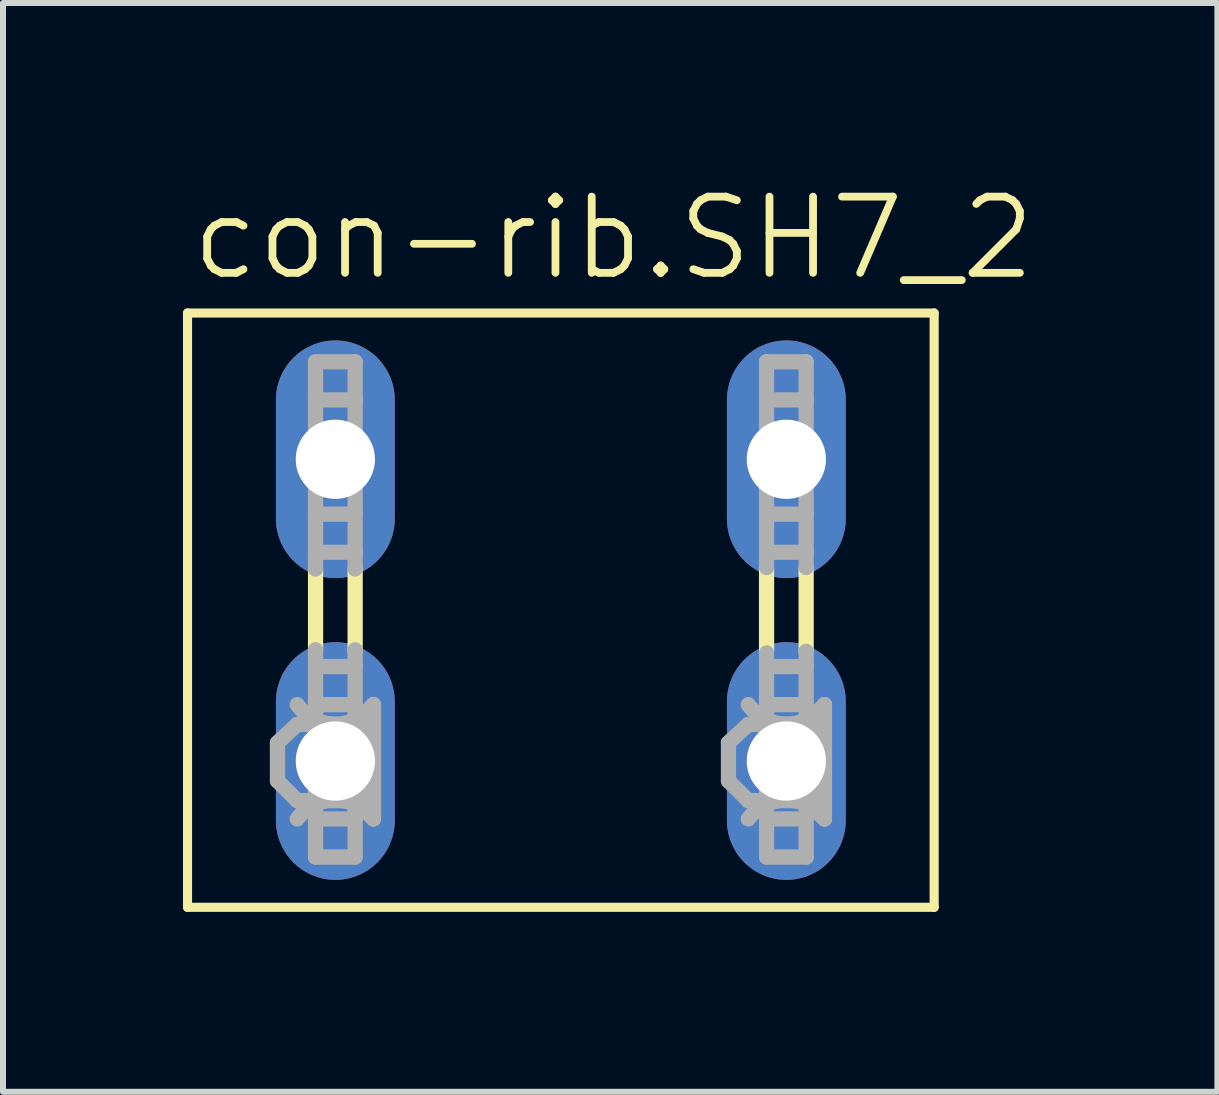
<source format=kicad_pcb>
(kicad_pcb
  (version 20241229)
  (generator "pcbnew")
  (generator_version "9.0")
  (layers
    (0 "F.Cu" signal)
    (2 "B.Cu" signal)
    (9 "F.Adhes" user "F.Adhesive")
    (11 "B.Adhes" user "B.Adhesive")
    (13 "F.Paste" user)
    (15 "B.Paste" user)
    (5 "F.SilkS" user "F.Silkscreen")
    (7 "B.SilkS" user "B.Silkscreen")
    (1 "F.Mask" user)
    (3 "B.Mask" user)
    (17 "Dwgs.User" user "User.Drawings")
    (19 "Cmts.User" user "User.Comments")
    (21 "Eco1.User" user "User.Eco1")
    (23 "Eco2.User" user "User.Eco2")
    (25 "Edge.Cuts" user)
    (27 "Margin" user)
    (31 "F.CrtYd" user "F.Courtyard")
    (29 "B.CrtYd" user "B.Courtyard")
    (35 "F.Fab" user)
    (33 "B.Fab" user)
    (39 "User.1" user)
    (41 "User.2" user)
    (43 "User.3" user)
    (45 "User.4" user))
  (footprint "con-rib.SH7_2"
    (layer "F.Cu")
    (at 6.299 7.121)
    (property "Reference" "con-rib.SH7_2" (at -6.223 -5.461 0) (layer "F.SilkS") (effects (font (size 1.27 1.27) (thickness 0.13)) (justify left bottom)))
    (attr through_hole)
    (fp_line (start -6.223 -4.953) (end -6.223 4.953) (stroke (width 0.152) (type default)) (layer "F.SilkS"))
    (fp_line (start -6.223 -4.953) (end 6.223 -4.953) (stroke (width 0.152) (type default)) (layer "F.SilkS"))
    (fp_line (start -4.089 0.686) (end -4.089 -0.686) (stroke (width 0.254) (type default)) (layer "F.SilkS"))
    (fp_line (start -3.429 0.686) (end -3.429 -0.686) (stroke (width 0.254) (type default)) (layer "F.SilkS"))
    (fp_line (start 3.429 0.686) (end 3.429 -0.686) (stroke (width 0.254) (type default)) (layer "F.SilkS"))
    (fp_line (start 4.089 0.686) (end 4.089 -0.686) (stroke (width 0.254) (type default)) (layer "F.SilkS"))
    (fp_line (start 6.223 4.953) (end -6.223 4.953) (stroke (width 0.152) (type default)) (layer "F.SilkS"))
    (fp_line (start 6.223 4.953) (end 6.223 -4.953) (stroke (width 0.152) (type default)) (layer "F.SilkS"))
    (fp_line (start -4.724 2.21) (end -4.394 1.905) (stroke (width 0.254) (type default)) (layer "F.Fab"))
    (fp_line (start -4.724 2.845) (end -4.724 2.21) (stroke (width 0.254) (type default)) (layer "F.Fab"))
    (fp_line (start -4.724 2.845) (end -4.394 3.175) (stroke (width 0.254) (type default)) (layer "F.Fab"))
    (fp_line (start -4.089 -4.14) (end -3.429 -4.14) (stroke (width 0.254) (type default)) (layer "F.Fab"))
    (fp_line (start -4.089 -3.505) (end -4.089 -4.14) (stroke (width 0.254) (type default)) (layer "F.Fab"))
    (fp_line (start -4.089 -3.505) (end -4.089 -1.6) (stroke (width 0.254) (type default)) (layer "F.Fab"))
    (fp_line (start -4.089 -1.6) (end -4.089 -0.965) (stroke (width 0.254) (type default)) (layer "F.Fab"))
    (fp_line (start -4.089 -1.6) (end -3.429 -1.6) (stroke (width 0.254) (type default)) (layer "F.Fab"))
    (fp_line (start -4.089 -0.965) (end -3.429 -0.965) (stroke (width 0.254) (type default)) (layer "F.Fab"))
    (fp_line (start -4.089 -0.686) (end -4.089 -0.965) (stroke (width 0.254) (type default)) (layer "F.Fab"))
    (fp_line (start -4.089 0.94) (end -4.089 0.66) (stroke (width 0.254) (type default)) (layer "F.Fab"))
    (fp_line (start -4.089 0.94) (end -3.429 0.94) (stroke (width 0.254) (type default)) (layer "F.Fab"))
    (fp_line (start -4.089 1.575) (end -4.089 0.94) (stroke (width 0.254) (type default)) (layer "F.Fab"))
    (fp_line (start -4.089 1.575) (end -4.089 3.48) (stroke (width 0.254) (type default)) (layer "F.Fab"))
    (fp_line (start -4.089 3.48) (end -4.089 4.115) (stroke (width 0.254) (type default)) (layer "F.Fab"))
    (fp_line (start -4.089 3.48) (end -3.429 3.48) (stroke (width 0.254) (type default)) (layer "F.Fab"))
    (fp_line (start -4.089 4.115) (end -3.429 4.115) (stroke (width 0.254) (type default)) (layer "F.Fab"))
    (fp_line (start -3.429 -4.14) (end -3.429 -3.505) (stroke (width 0.254) (type default)) (layer "F.Fab"))
    (fp_line (start -3.429 -3.505) (end -4.089 -3.505) (stroke (width 0.254) (type default)) (layer "F.Fab"))
    (fp_line (start -3.429 -1.6) (end -3.429 -3.505) (stroke (width 0.254) (type default)) (layer "F.Fab"))
    (fp_line (start -3.429 -0.965) (end -3.429 -1.6) (stroke (width 0.254) (type default)) (layer "F.Fab"))
    (fp_line (start -3.429 -0.686) (end -3.429 -0.965) (stroke (width 0.254) (type default)) (layer "F.Fab"))
    (fp_line (start -3.429 0.94) (end -3.429 0.66) (stroke (width 0.254) (type default)) (layer "F.Fab"))
    (fp_line (start -3.429 0.94) (end -3.429 1.575) (stroke (width 0.254) (type default)) (layer "F.Fab"))
    (fp_line (start -3.429 1.575) (end -4.089 1.575) (stroke (width 0.254) (type default)) (layer "F.Fab"))
    (fp_line (start -3.429 1.905) (end -4.394 1.905) (stroke (width 0.254) (type default)) (layer "F.Fab"))
    (fp_line (start -3.429 1.905) (end -3.429 1.575) (stroke (width 0.254) (type default)) (layer "F.Fab"))
    (fp_line (start -3.429 1.905) (end -3.124 1.575) (stroke (width 0.254) (type default)) (layer "F.Fab"))
    (fp_line (start -3.429 1.905) (end -3.124 2.21) (stroke (width 0.254) (type default)) (layer "F.Fab"))
    (fp_line (start -3.429 3.175) (end -4.394 3.175) (stroke (width 0.254) (type default)) (layer "F.Fab"))
    (fp_line (start -3.429 3.175) (end -3.429 1.905) (stroke (width 0.254) (type default)) (layer "F.Fab"))
    (fp_line (start -3.429 3.175) (end -3.124 2.845) (stroke (width 0.254) (type default)) (layer "F.Fab"))
    (fp_line (start -3.429 3.175) (end -3.124 3.48) (stroke (width 0.254) (type default)) (layer "F.Fab"))
    (fp_line (start -3.429 3.48) (end -3.429 3.175) (stroke (width 0.254) (type default)) (layer "F.Fab"))
    (fp_line (start -3.429 4.115) (end -3.429 3.48) (stroke (width 0.254) (type default)) (layer "F.Fab"))
    (fp_line (start -3.124 1.905) (end -3.429 1.905) (stroke (width 0.254) (type default)) (layer "F.Fab"))
    (fp_line (start -3.124 1.905) (end -3.124 1.575) (stroke (width 0.254) (type default)) (layer "F.Fab"))
    (fp_line (start -3.124 2.21) (end -3.124 1.905) (stroke (width 0.254) (type default)) (layer "F.Fab"))
    (fp_line (start -3.124 2.845) (end -3.124 2.21) (stroke (width 0.254) (type default)) (layer "F.Fab"))
    (fp_line (start -3.124 3.175) (end -3.429 3.175) (stroke (width 0.254) (type default)) (layer "F.Fab"))
    (fp_line (start -3.124 3.175) (end -3.124 2.845) (stroke (width 0.254) (type default)) (layer "F.Fab"))
    (fp_line (start -3.124 3.48) (end -3.124 3.175) (stroke (width 0.254) (type default)) (layer "F.Fab"))
    (fp_line (start 2.794 2.21) (end 3.124 1.905) (stroke (width 0.254) (type default)) (layer "F.Fab"))
    (fp_line (start 2.794 2.845) (end 2.794 2.21) (stroke (width 0.254) (type default)) (layer "F.Fab"))
    (fp_line (start 2.794 2.845) (end 3.124 3.175) (stroke (width 0.254) (type default)) (layer "F.Fab"))
    (fp_line (start 3.429 -4.14) (end 4.089 -4.14) (stroke (width 0.254) (type default)) (layer "F.Fab"))
    (fp_line (start 3.429 -3.505) (end 3.429 -4.14) (stroke (width 0.254) (type default)) (layer "F.Fab"))
    (fp_line (start 3.429 -3.505) (end 3.429 -1.6) (stroke (width 0.254) (type default)) (layer "F.Fab"))
    (fp_line (start 3.429 -1.6) (end 3.429 -0.965) (stroke (width 0.254) (type default)) (layer "F.Fab"))
    (fp_line (start 3.429 -1.6) (end 4.089 -1.6) (stroke (width 0.254) (type default)) (layer "F.Fab"))
    (fp_line (start 3.429 -0.965) (end 4.089 -0.965) (stroke (width 0.254) (type default)) (layer "F.Fab"))
    (fp_line (start 3.429 -0.711) (end 3.429 -0.965) (stroke (width 0.254) (type default)) (layer "F.Fab"))
    (fp_line (start 3.429 0.94) (end 3.429 0.711) (stroke (width 0.254) (type default)) (layer "F.Fab"))
    (fp_line (start 3.429 0.94) (end 4.089 0.94) (stroke (width 0.254) (type default)) (layer "F.Fab"))
    (fp_line (start 3.429 1.575) (end 3.429 0.94) (stroke (width 0.254) (type default)) (layer "F.Fab"))
    (fp_line (start 3.429 1.575) (end 3.429 3.48) (stroke (width 0.254) (type default)) (layer "F.Fab"))
    (fp_line (start 3.429 3.48) (end 3.429 4.115) (stroke (width 0.254) (type default)) (layer "F.Fab"))
    (fp_line (start 3.429 3.48) (end 4.089 3.48) (stroke (width 0.254) (type default)) (layer "F.Fab"))
    (fp_line (start 3.429 4.115) (end 4.089 4.115) (stroke (width 0.254) (type default)) (layer "F.Fab"))
    (fp_line (start 4.089 -4.14) (end 4.089 -3.505) (stroke (width 0.254) (type default)) (layer "F.Fab"))
    (fp_line (start 4.089 -3.505) (end 3.429 -3.505) (stroke (width 0.254) (type default)) (layer "F.Fab"))
    (fp_line (start 4.089 -1.6) (end 4.089 -3.505) (stroke (width 0.254) (type default)) (layer "F.Fab"))
    (fp_line (start 4.089 -0.965) (end 4.089 -1.6) (stroke (width 0.254) (type default)) (layer "F.Fab"))
    (fp_line (start 4.089 -0.711) (end 4.089 -0.965) (stroke (width 0.254) (type default)) (layer "F.Fab"))
    (fp_line (start 4.089 0.94) (end 4.089 0.686) (stroke (width 0.254) (type default)) (layer "F.Fab"))
    (fp_line (start 4.089 0.94) (end 4.089 1.575) (stroke (width 0.254) (type default)) (layer "F.Fab"))
    (fp_line (start 4.089 1.575) (end 3.429 1.575) (stroke (width 0.254) (type default)) (layer "F.Fab"))
    (fp_line (start 4.089 1.905) (end 3.124 1.905) (stroke (width 0.254) (type default)) (layer "F.Fab"))
    (fp_line (start 4.089 1.905) (end 4.089 1.575) (stroke (width 0.254) (type default)) (layer "F.Fab"))
    (fp_line (start 4.089 1.905) (end 4.394 1.575) (stroke (width 0.254) (type default)) (layer "F.Fab"))
    (fp_line (start 4.089 1.905) (end 4.394 2.21) (stroke (width 0.254) (type default)) (layer "F.Fab"))
    (fp_line (start 4.089 3.175) (end 3.124 3.175) (stroke (width 0.254) (type default)) (layer "F.Fab"))
    (fp_line (start 4.089 3.175) (end 4.089 1.905) (stroke (width 0.254) (type default)) (layer "F.Fab"))
    (fp_line (start 4.089 3.175) (end 4.394 2.845) (stroke (width 0.254) (type default)) (layer "F.Fab"))
    (fp_line (start 4.089 3.175) (end 4.394 3.48) (stroke (width 0.254) (type default)) (layer "F.Fab"))
    (fp_line (start 4.089 3.48) (end 4.089 3.175) (stroke (width 0.254) (type default)) (layer "F.Fab"))
    (fp_line (start 4.089 4.115) (end 4.089 3.48) (stroke (width 0.254) (type default)) (layer "F.Fab"))
    (fp_line (start 4.394 1.905) (end 4.089 1.905) (stroke (width 0.254) (type default)) (layer "F.Fab"))
    (fp_line (start 4.394 1.905) (end 4.394 1.575) (stroke (width 0.254) (type default)) (layer "F.Fab"))
    (fp_line (start 4.394 2.21) (end 4.394 1.905) (stroke (width 0.254) (type default)) (layer "F.Fab"))
    (fp_line (start 4.394 2.845) (end 4.394 2.21) (stroke (width 0.254) (type default)) (layer "F.Fab"))
    (fp_line (start 4.394 3.175) (end 4.089 3.175) (stroke (width 0.254) (type default)) (layer "F.Fab"))
    (fp_line (start 4.394 3.175) (end 4.394 2.845) (stroke (width 0.254) (type default)) (layer "F.Fab"))
    (fp_line (start 4.394 3.48) (end 4.394 3.175) (stroke (width 0.254) (type default)) (layer "F.Fab"))
    (fp_arc (start -4.3942 3.4798) (mid -3.7592 3.164824) (end -3.1242 3.4798) (stroke (width 0.254) (type default)) (layer "F.Fab"))
    (fp_arc (start -3.1242 1.5748) (mid -3.7592 1.900068) (end -4.3942 1.5748) (stroke (width 0.254) (type default)) (layer "F.Fab"))
    (fp_arc (start 3.1242 3.4798) (mid 3.7592 3.164824) (end 4.3942 3.4798) (stroke (width 0.254) (type default)) (layer "F.Fab"))
    (fp_arc (start 4.3942 1.5748) (mid 3.7592 1.900068) (end 3.1242 1.5748) (stroke (width 0.254) (type default)) (layer "F.Fab"))
    (pad "1" thru_hole oval (at -3.759 2.515 90) (size 3.962 1.981) (drill 1.321) (layers "*.Cu" "*.Mask"))
    (pad "2" thru_hole oval (at -3.759 -2.515 90) (size 3.962 1.981) (drill 1.321) (layers "*.Cu" "*.Mask"))
    (pad "3" thru_hole oval (at 3.759 2.515 90) (size 3.962 1.981) (drill 1.321) (layers "*.Cu" "*.Mask"))
    (pad "4" thru_hole oval (at 3.759 -2.515 90) (size 3.962 1.981) (drill 1.321) (layers "*.Cu" "*.Mask")))
  (gr_rect
    (start -3 -3)
    (end 17.243 15.15)
    (stroke (width 0.1) (type default))
    (fill no)
    (layer "Edge.Cuts")))
</source>
